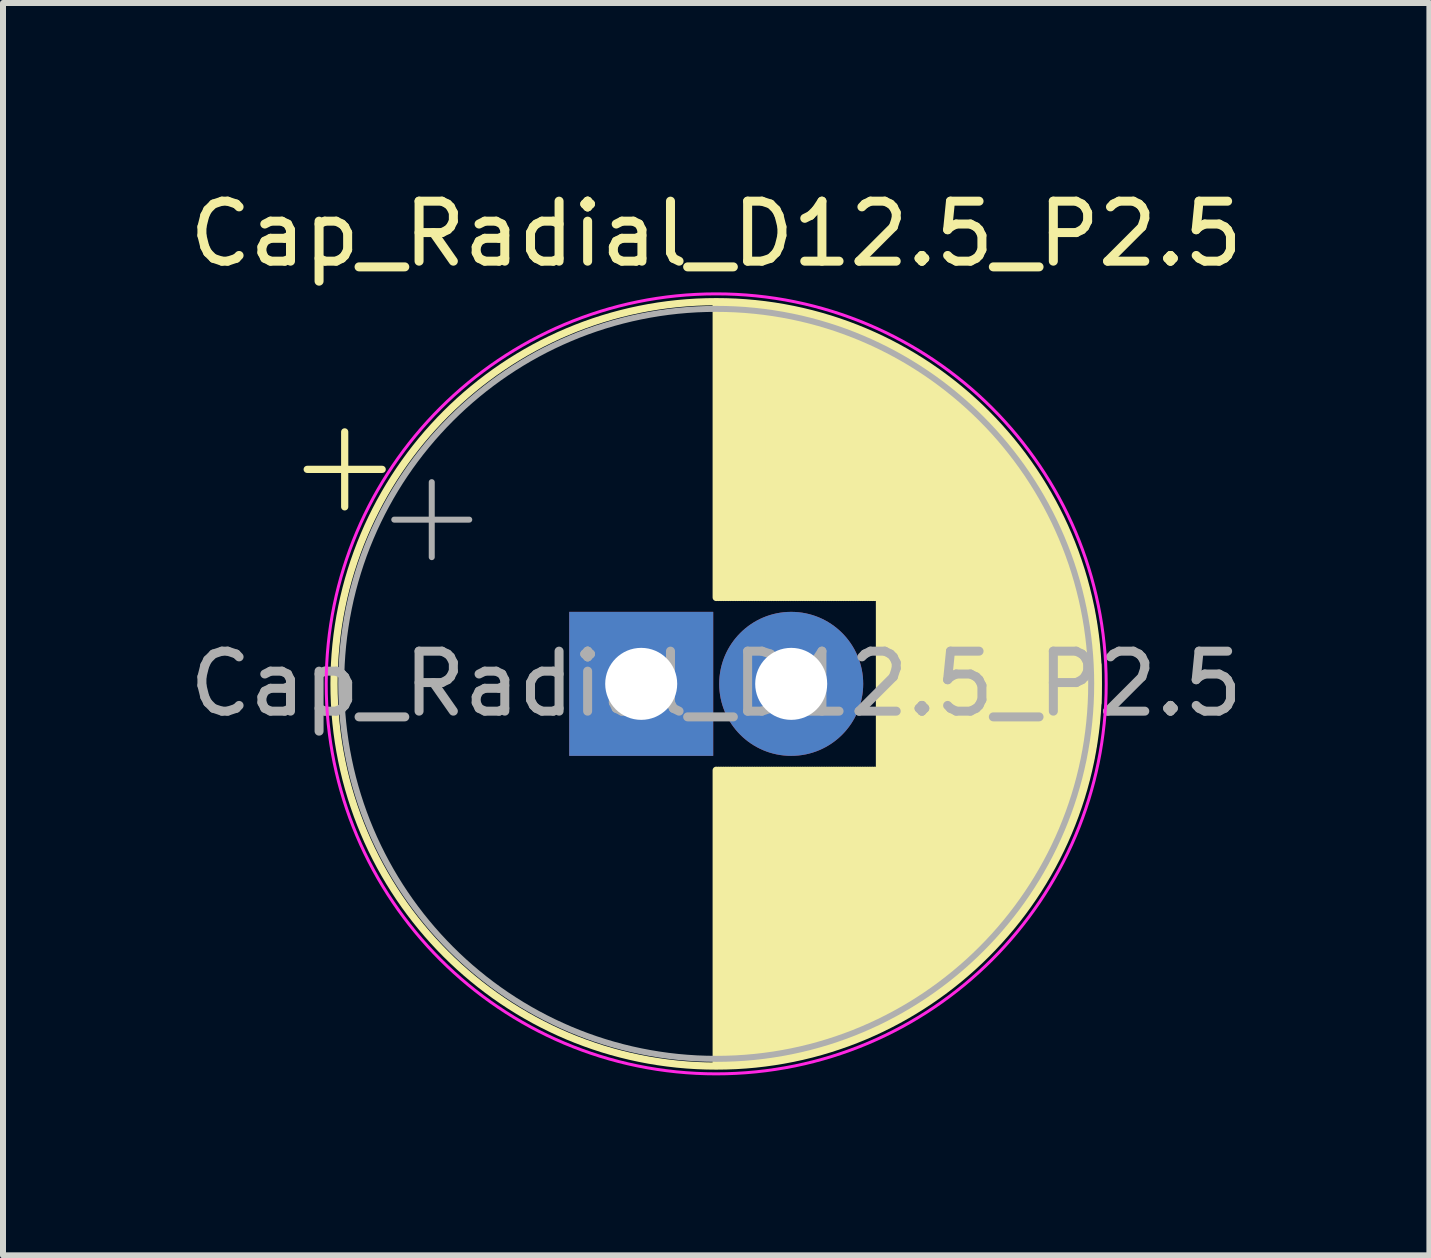
<source format=kicad_pcb>
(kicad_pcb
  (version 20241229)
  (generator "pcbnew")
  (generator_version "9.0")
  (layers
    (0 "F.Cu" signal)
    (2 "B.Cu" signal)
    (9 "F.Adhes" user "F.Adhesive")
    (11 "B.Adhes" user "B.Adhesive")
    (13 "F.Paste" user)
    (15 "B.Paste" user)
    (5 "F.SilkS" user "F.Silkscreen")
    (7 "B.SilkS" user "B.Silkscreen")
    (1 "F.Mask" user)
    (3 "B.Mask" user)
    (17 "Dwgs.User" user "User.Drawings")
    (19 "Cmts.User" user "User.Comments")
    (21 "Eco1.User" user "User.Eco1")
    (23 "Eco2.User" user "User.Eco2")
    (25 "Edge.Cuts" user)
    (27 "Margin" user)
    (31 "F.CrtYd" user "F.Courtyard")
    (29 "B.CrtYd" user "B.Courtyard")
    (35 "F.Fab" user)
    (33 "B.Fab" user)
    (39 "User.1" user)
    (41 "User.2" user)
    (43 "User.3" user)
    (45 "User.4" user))
  (footprint "Cap_Radial_D12.5_P2.5"
    (layer "F.Cu")
    (at 7.637 8.348)
    (property "Reference" "Cap_Radial_D12.5_P2.5" (at 1.25 -7.5 0) (layer "F.SilkS") (effects (font (size 1 1) (thickness 0.15))))
    (attr through_hole)
    (fp_line (start -5.567 -3.575) (end -4.317 -3.575) (stroke (width 0.12) (type solid)) (layer "F.SilkS"))
    (fp_line (start -4.942 -4.2) (end -4.942 -2.95) (stroke (width 0.12) (type solid)) (layer "F.SilkS"))
    (fp_line (start 1.25 -6.33) (end 1.25 -1.44) (stroke (width 0.12) (type solid)) (layer "F.SilkS"))
    (fp_line (start 1.25 1.44) (end 1.25 6.33) (stroke (width 0.12) (type solid)) (layer "F.SilkS"))
    (fp_line (start 1.29 -6.33) (end 1.29 -1.44) (stroke (width 0.12) (type solid)) (layer "F.SilkS"))
    (fp_line (start 1.29 1.44) (end 1.29 6.33) (stroke (width 0.12) (type solid)) (layer "F.SilkS"))
    (fp_line (start 1.33 -6.33) (end 1.33 -1.44) (stroke (width 0.12) (type solid)) (layer "F.SilkS"))
    (fp_line (start 1.33 1.44) (end 1.33 6.33) (stroke (width 0.12) (type solid)) (layer "F.SilkS"))
    (fp_line (start 1.37 -6.329) (end 1.37 -1.44) (stroke (width 0.12) (type solid)) (layer "F.SilkS"))
    (fp_line (start 1.37 1.44) (end 1.37 6.329) (stroke (width 0.12) (type solid)) (layer "F.SilkS"))
    (fp_line (start 1.41 -6.328) (end 1.41 -1.44) (stroke (width 0.12) (type solid)) (layer "F.SilkS"))
    (fp_line (start 1.41 1.44) (end 1.41 6.328) (stroke (width 0.12) (type solid)) (layer "F.SilkS"))
    (fp_line (start 1.45 -6.327) (end 1.45 -1.44) (stroke (width 0.12) (type solid)) (layer "F.SilkS"))
    (fp_line (start 1.45 1.44) (end 1.45 6.327) (stroke (width 0.12) (type solid)) (layer "F.SilkS"))
    (fp_line (start 1.49 -6.326) (end 1.49 -1.44) (stroke (width 0.12) (type solid)) (layer "F.SilkS"))
    (fp_line (start 1.49 1.44) (end 1.49 6.326) (stroke (width 0.12) (type solid)) (layer "F.SilkS"))
    (fp_line (start 1.53 -6.324) (end 1.53 -1.44) (stroke (width 0.12) (type solid)) (layer "F.SilkS"))
    (fp_line (start 1.53 1.44) (end 1.53 6.324) (stroke (width 0.12) (type solid)) (layer "F.SilkS"))
    (fp_line (start 1.57 -6.322) (end 1.57 -1.44) (stroke (width 0.12) (type solid)) (layer "F.SilkS"))
    (fp_line (start 1.57 1.44) (end 1.57 6.322) (stroke (width 0.12) (type solid)) (layer "F.SilkS"))
    (fp_line (start 1.61 -6.32) (end 1.61 -1.44) (stroke (width 0.12) (type solid)) (layer "F.SilkS"))
    (fp_line (start 1.61 1.44) (end 1.61 6.32) (stroke (width 0.12) (type solid)) (layer "F.SilkS"))
    (fp_line (start 1.65 -6.318) (end 1.65 -1.44) (stroke (width 0.12) (type solid)) (layer "F.SilkS"))
    (fp_line (start 1.65 1.44) (end 1.65 6.318) (stroke (width 0.12) (type solid)) (layer "F.SilkS"))
    (fp_line (start 1.69 -6.315) (end 1.69 -1.44) (stroke (width 0.12) (type solid)) (layer "F.SilkS"))
    (fp_line (start 1.69 1.44) (end 1.69 6.315) (stroke (width 0.12) (type solid)) (layer "F.SilkS"))
    (fp_line (start 1.73 -6.312) (end 1.73 -1.44) (stroke (width 0.12) (type solid)) (layer "F.SilkS"))
    (fp_line (start 1.73 1.44) (end 1.73 6.312) (stroke (width 0.12) (type solid)) (layer "F.SilkS"))
    (fp_line (start 1.77 -6.309) (end 1.77 -1.44) (stroke (width 0.12) (type solid)) (layer "F.SilkS"))
    (fp_line (start 1.77 1.44) (end 1.77 6.309) (stroke (width 0.12) (type solid)) (layer "F.SilkS"))
    (fp_line (start 1.81 -6.306) (end 1.81 -1.44) (stroke (width 0.12) (type solid)) (layer "F.SilkS"))
    (fp_line (start 1.81 1.44) (end 1.81 6.306) (stroke (width 0.12) (type solid)) (layer "F.SilkS"))
    (fp_line (start 1.85 -6.302) (end 1.85 -1.44) (stroke (width 0.12) (type solid)) (layer "F.SilkS"))
    (fp_line (start 1.85 1.44) (end 1.85 6.302) (stroke (width 0.12) (type solid)) (layer "F.SilkS"))
    (fp_line (start 1.89 -6.298) (end 1.89 -1.44) (stroke (width 0.12) (type solid)) (layer "F.SilkS"))
    (fp_line (start 1.89 1.44) (end 1.89 6.298) (stroke (width 0.12) (type solid)) (layer "F.SilkS"))
    (fp_line (start 1.93 -6.294) (end 1.93 -1.44) (stroke (width 0.12) (type solid)) (layer "F.SilkS"))
    (fp_line (start 1.93 1.44) (end 1.93 6.294) (stroke (width 0.12) (type solid)) (layer "F.SilkS"))
    (fp_line (start 1.971 -6.29) (end 1.971 -1.44) (stroke (width 0.12) (type solid)) (layer "F.SilkS"))
    (fp_line (start 1.971 1.44) (end 1.971 6.29) (stroke (width 0.12) (type solid)) (layer "F.SilkS"))
    (fp_line (start 2.011 -6.285) (end 2.011 -1.44) (stroke (width 0.12) (type solid)) (layer "F.SilkS"))
    (fp_line (start 2.011 1.44) (end 2.011 6.285) (stroke (width 0.12) (type solid)) (layer "F.SilkS"))
    (fp_line (start 2.051 -6.28) (end 2.051 -1.44) (stroke (width 0.12) (type solid)) (layer "F.SilkS"))
    (fp_line (start 2.051 1.44) (end 2.051 6.28) (stroke (width 0.12) (type solid)) (layer "F.SilkS"))
    (fp_line (start 2.091 -6.275) (end 2.091 -1.44) (stroke (width 0.12) (type solid)) (layer "F.SilkS"))
    (fp_line (start 2.091 1.44) (end 2.091 6.275) (stroke (width 0.12) (type solid)) (layer "F.SilkS"))
    (fp_line (start 2.131 -6.269) (end 2.131 -1.44) (stroke (width 0.12) (type solid)) (layer "F.SilkS"))
    (fp_line (start 2.131 1.44) (end 2.131 6.269) (stroke (width 0.12) (type solid)) (layer "F.SilkS"))
    (fp_line (start 2.171 -6.264) (end 2.171 -1.44) (stroke (width 0.12) (type solid)) (layer "F.SilkS"))
    (fp_line (start 2.171 1.44) (end 2.171 6.264) (stroke (width 0.12) (type solid)) (layer "F.SilkS"))
    (fp_line (start 2.211 -6.258) (end 2.211 -1.44) (stroke (width 0.12) (type solid)) (layer "F.SilkS"))
    (fp_line (start 2.211 1.44) (end 2.211 6.258) (stroke (width 0.12) (type solid)) (layer "F.SilkS"))
    (fp_line (start 2.251 -6.252) (end 2.251 -1.44) (stroke (width 0.12) (type solid)) (layer "F.SilkS"))
    (fp_line (start 2.251 1.44) (end 2.251 6.252) (stroke (width 0.12) (type solid)) (layer "F.SilkS"))
    (fp_line (start 2.291 -6.245) (end 2.291 -1.44) (stroke (width 0.12) (type solid)) (layer "F.SilkS"))
    (fp_line (start 2.291 1.44) (end 2.291 6.245) (stroke (width 0.12) (type solid)) (layer "F.SilkS"))
    (fp_line (start 2.331 -6.238) (end 2.331 -1.44) (stroke (width 0.12) (type solid)) (layer "F.SilkS"))
    (fp_line (start 2.331 1.44) (end 2.331 6.238) (stroke (width 0.12) (type solid)) (layer "F.SilkS"))
    (fp_line (start 2.371 -6.231) (end 2.371 -1.44) (stroke (width 0.12) (type solid)) (layer "F.SilkS"))
    (fp_line (start 2.371 1.44) (end 2.371 6.231) (stroke (width 0.12) (type solid)) (layer "F.SilkS"))
    (fp_line (start 2.411 -6.224) (end 2.411 -1.44) (stroke (width 0.12) (type solid)) (layer "F.SilkS"))
    (fp_line (start 2.411 1.44) (end 2.411 6.224) (stroke (width 0.12) (type solid)) (layer "F.SilkS"))
    (fp_line (start 2.451 -6.216) (end 2.451 -1.44) (stroke (width 0.12) (type solid)) (layer "F.SilkS"))
    (fp_line (start 2.451 1.44) (end 2.451 6.216) (stroke (width 0.12) (type solid)) (layer "F.SilkS"))
    (fp_line (start 2.491 -6.209) (end 2.491 -1.44) (stroke (width 0.12) (type solid)) (layer "F.SilkS"))
    (fp_line (start 2.491 1.44) (end 2.491 6.209) (stroke (width 0.12) (type solid)) (layer "F.SilkS"))
    (fp_line (start 2.531 -6.201) (end 2.531 -1.44) (stroke (width 0.12) (type solid)) (layer "F.SilkS"))
    (fp_line (start 2.531 1.44) (end 2.531 6.201) (stroke (width 0.12) (type solid)) (layer "F.SilkS"))
    (fp_line (start 2.571 -6.192) (end 2.571 -1.44) (stroke (width 0.12) (type solid)) (layer "F.SilkS"))
    (fp_line (start 2.571 1.44) (end 2.571 6.192) (stroke (width 0.12) (type solid)) (layer "F.SilkS"))
    (fp_line (start 2.611 -6.184) (end 2.611 -1.44) (stroke (width 0.12) (type solid)) (layer "F.SilkS"))
    (fp_line (start 2.611 1.44) (end 2.611 6.184) (stroke (width 0.12) (type solid)) (layer "F.SilkS"))
    (fp_line (start 2.651 -6.175) (end 2.651 -1.44) (stroke (width 0.12) (type solid)) (layer "F.SilkS"))
    (fp_line (start 2.651 1.44) (end 2.651 6.175) (stroke (width 0.12) (type solid)) (layer "F.SilkS"))
    (fp_line (start 2.691 -6.166) (end 2.691 -1.44) (stroke (width 0.12) (type solid)) (layer "F.SilkS"))
    (fp_line (start 2.691 1.44) (end 2.691 6.166) (stroke (width 0.12) (type solid)) (layer "F.SilkS"))
    (fp_line (start 2.731 -6.156) (end 2.731 -1.44) (stroke (width 0.12) (type solid)) (layer "F.SilkS"))
    (fp_line (start 2.731 1.44) (end 2.731 6.156) (stroke (width 0.12) (type solid)) (layer "F.SilkS"))
    (fp_line (start 2.771 -6.146) (end 2.771 -1.44) (stroke (width 0.12) (type solid)) (layer "F.SilkS"))
    (fp_line (start 2.771 1.44) (end 2.771 6.146) (stroke (width 0.12) (type solid)) (layer "F.SilkS"))
    (fp_line (start 2.811 -6.137) (end 2.811 -1.44) (stroke (width 0.12) (type solid)) (layer "F.SilkS"))
    (fp_line (start 2.811 1.44) (end 2.811 6.137) (stroke (width 0.12) (type solid)) (layer "F.SilkS"))
    (fp_line (start 2.851 -6.126) (end 2.851 -1.44) (stroke (width 0.12) (type solid)) (layer "F.SilkS"))
    (fp_line (start 2.851 1.44) (end 2.851 6.126) (stroke (width 0.12) (type solid)) (layer "F.SilkS"))
    (fp_line (start 2.891 -6.116) (end 2.891 -1.44) (stroke (width 0.12) (type solid)) (layer "F.SilkS"))
    (fp_line (start 2.891 1.44) (end 2.891 6.116) (stroke (width 0.12) (type solid)) (layer "F.SilkS"))
    (fp_line (start 2.931 -6.105) (end 2.931 -1.44) (stroke (width 0.12) (type solid)) (layer "F.SilkS"))
    (fp_line (start 2.931 1.44) (end 2.931 6.105) (stroke (width 0.12) (type solid)) (layer "F.SilkS"))
    (fp_line (start 2.971 -6.094) (end 2.971 -1.44) (stroke (width 0.12) (type solid)) (layer "F.SilkS"))
    (fp_line (start 2.971 1.44) (end 2.971 6.094) (stroke (width 0.12) (type solid)) (layer "F.SilkS"))
    (fp_line (start 3.011 -6.083) (end 3.011 -1.44) (stroke (width 0.12) (type solid)) (layer "F.SilkS"))
    (fp_line (start 3.011 1.44) (end 3.011 6.083) (stroke (width 0.12) (type solid)) (layer "F.SilkS"))
    (fp_line (start 3.051 -6.071) (end 3.051 -1.44) (stroke (width 0.12) (type solid)) (layer "F.SilkS"))
    (fp_line (start 3.051 1.44) (end 3.051 6.071) (stroke (width 0.12) (type solid)) (layer "F.SilkS"))
    (fp_line (start 3.091 -6.059) (end 3.091 -1.44) (stroke (width 0.12) (type solid)) (layer "F.SilkS"))
    (fp_line (start 3.091 1.44) (end 3.091 6.059) (stroke (width 0.12) (type solid)) (layer "F.SilkS"))
    (fp_line (start 3.131 -6.047) (end 3.131 -1.44) (stroke (width 0.12) (type solid)) (layer "F.SilkS"))
    (fp_line (start 3.131 1.44) (end 3.131 6.047) (stroke (width 0.12) (type solid)) (layer "F.SilkS"))
    (fp_line (start 3.171 -6.034) (end 3.171 -1.44) (stroke (width 0.12) (type solid)) (layer "F.SilkS"))
    (fp_line (start 3.171 1.44) (end 3.171 6.034) (stroke (width 0.12) (type solid)) (layer "F.SilkS"))
    (fp_line (start 3.211 -6.021) (end 3.211 -1.44) (stroke (width 0.12) (type solid)) (layer "F.SilkS"))
    (fp_line (start 3.211 1.44) (end 3.211 6.021) (stroke (width 0.12) (type solid)) (layer "F.SilkS"))
    (fp_line (start 3.251 -6.008) (end 3.251 -1.44) (stroke (width 0.12) (type solid)) (layer "F.SilkS"))
    (fp_line (start 3.251 1.44) (end 3.251 6.008) (stroke (width 0.12) (type solid)) (layer "F.SilkS"))
    (fp_line (start 3.291 -5.995) (end 3.291 -1.44) (stroke (width 0.12) (type solid)) (layer "F.SilkS"))
    (fp_line (start 3.291 1.44) (end 3.291 5.995) (stroke (width 0.12) (type solid)) (layer "F.SilkS"))
    (fp_line (start 3.331 -5.981) (end 3.331 -1.44) (stroke (width 0.12) (type solid)) (layer "F.SilkS"))
    (fp_line (start 3.331 1.44) (end 3.331 5.981) (stroke (width 0.12) (type solid)) (layer "F.SilkS"))
    (fp_line (start 3.371 -5.967) (end 3.371 -1.44) (stroke (width 0.12) (type solid)) (layer "F.SilkS"))
    (fp_line (start 3.371 1.44) (end 3.371 5.967) (stroke (width 0.12) (type solid)) (layer "F.SilkS"))
    (fp_line (start 3.411 -5.953) (end 3.411 -1.44) (stroke (width 0.12) (type solid)) (layer "F.SilkS"))
    (fp_line (start 3.411 1.44) (end 3.411 5.953) (stroke (width 0.12) (type solid)) (layer "F.SilkS"))
    (fp_line (start 3.451 -5.939) (end 3.451 -1.44) (stroke (width 0.12) (type solid)) (layer "F.SilkS"))
    (fp_line (start 3.451 1.44) (end 3.451 5.939) (stroke (width 0.12) (type solid)) (layer "F.SilkS"))
    (fp_line (start 3.491 -5.924) (end 3.491 -1.44) (stroke (width 0.12) (type solid)) (layer "F.SilkS"))
    (fp_line (start 3.491 1.44) (end 3.491 5.924) (stroke (width 0.12) (type solid)) (layer "F.SilkS"))
    (fp_line (start 3.531 -5.908) (end 3.531 -1.44) (stroke (width 0.12) (type solid)) (layer "F.SilkS"))
    (fp_line (start 3.531 1.44) (end 3.531 5.908) (stroke (width 0.12) (type solid)) (layer "F.SilkS"))
    (fp_line (start 3.571 -5.893) (end 3.571 -1.44) (stroke (width 0.12) (type solid)) (layer "F.SilkS"))
    (fp_line (start 3.571 1.44) (end 3.571 5.893) (stroke (width 0.12) (type solid)) (layer "F.SilkS"))
    (fp_line (start 3.611 -5.877) (end 3.611 -1.44) (stroke (width 0.12) (type solid)) (layer "F.SilkS"))
    (fp_line (start 3.611 1.44) (end 3.611 5.877) (stroke (width 0.12) (type solid)) (layer "F.SilkS"))
    (fp_line (start 3.651 -5.861) (end 3.651 -1.44) (stroke (width 0.12) (type solid)) (layer "F.SilkS"))
    (fp_line (start 3.651 1.44) (end 3.651 5.861) (stroke (width 0.12) (type solid)) (layer "F.SilkS"))
    (fp_line (start 3.691 -5.845) (end 3.691 -1.44) (stroke (width 0.12) (type solid)) (layer "F.SilkS"))
    (fp_line (start 3.691 1.44) (end 3.691 5.845) (stroke (width 0.12) (type solid)) (layer "F.SilkS"))
    (fp_line (start 3.731 -5.828) (end 3.731 -1.44) (stroke (width 0.12) (type solid)) (layer "F.SilkS"))
    (fp_line (start 3.731 1.44) (end 3.731 5.828) (stroke (width 0.12) (type solid)) (layer "F.SilkS"))
    (fp_line (start 3.771 -5.811) (end 3.771 -1.44) (stroke (width 0.12) (type solid)) (layer "F.SilkS"))
    (fp_line (start 3.771 1.44) (end 3.771 5.811) (stroke (width 0.12) (type solid)) (layer "F.SilkS"))
    (fp_line (start 3.811 -5.793) (end 3.811 -1.44) (stroke (width 0.12) (type solid)) (layer "F.SilkS"))
    (fp_line (start 3.811 1.44) (end 3.811 5.793) (stroke (width 0.12) (type solid)) (layer "F.SilkS"))
    (fp_line (start 3.851 -5.776) (end 3.851 -1.44) (stroke (width 0.12) (type solid)) (layer "F.SilkS"))
    (fp_line (start 3.851 1.44) (end 3.851 5.776) (stroke (width 0.12) (type solid)) (layer "F.SilkS"))
    (fp_line (start 3.891 -5.758) (end 3.891 -1.44) (stroke (width 0.12) (type solid)) (layer "F.SilkS"))
    (fp_line (start 3.891 1.44) (end 3.891 5.758) (stroke (width 0.12) (type solid)) (layer "F.SilkS"))
    (fp_line (start 3.931 -5.739) (end 3.931 -1.44) (stroke (width 0.12) (type solid)) (layer "F.SilkS"))
    (fp_line (start 3.931 1.44) (end 3.931 5.739) (stroke (width 0.12) (type solid)) (layer "F.SilkS"))
    (fp_line (start 3.971 -5.721) (end 3.971 5.721) (stroke (width 0.12) (type solid)) (layer "F.SilkS"))
    (fp_line (start 4.011 -5.702) (end 4.011 5.702) (stroke (width 0.12) (type solid)) (layer "F.SilkS"))
    (fp_line (start 4.051 -5.682) (end 4.051 5.682) (stroke (width 0.12) (type solid)) (layer "F.SilkS"))
    (fp_line (start 4.091 -5.662) (end 4.091 5.662) (stroke (width 0.12) (type solid)) (layer "F.SilkS"))
    (fp_line (start 4.131 -5.642) (end 4.131 5.642) (stroke (width 0.12) (type solid)) (layer "F.SilkS"))
    (fp_line (start 4.171 -5.622) (end 4.171 5.622) (stroke (width 0.12) (type solid)) (layer "F.SilkS"))
    (fp_line (start 4.211 -5.601) (end 4.211 5.601) (stroke (width 0.12) (type solid)) (layer "F.SilkS"))
    (fp_line (start 4.251 -5.58) (end 4.251 5.58) (stroke (width 0.12) (type solid)) (layer "F.SilkS"))
    (fp_line (start 4.291 -5.558) (end 4.291 5.558) (stroke (width 0.12) (type solid)) (layer "F.SilkS"))
    (fp_line (start 4.331 -5.536) (end 4.331 5.536) (stroke (width 0.12) (type solid)) (layer "F.SilkS"))
    (fp_line (start 4.371 -5.514) (end 4.371 5.514) (stroke (width 0.12) (type solid)) (layer "F.SilkS"))
    (fp_line (start 4.411 -5.491) (end 4.411 5.491) (stroke (width 0.12) (type solid)) (layer "F.SilkS"))
    (fp_line (start 4.451 -5.468) (end 4.451 5.468) (stroke (width 0.12) (type solid)) (layer "F.SilkS"))
    (fp_line (start 4.491 -5.445) (end 4.491 5.445) (stroke (width 0.12) (type solid)) (layer "F.SilkS"))
    (fp_line (start 4.531 -5.421) (end 4.531 5.421) (stroke (width 0.12) (type solid)) (layer "F.SilkS"))
    (fp_line (start 4.571 -5.397) (end 4.571 5.397) (stroke (width 0.12) (type solid)) (layer "F.SilkS"))
    (fp_line (start 4.611 -5.372) (end 4.611 5.372) (stroke (width 0.12) (type solid)) (layer "F.SilkS"))
    (fp_line (start 4.651 -5.347) (end 4.651 5.347) (stroke (width 0.12) (type solid)) (layer "F.SilkS"))
    (fp_line (start 4.691 -5.322) (end 4.691 5.322) (stroke (width 0.12) (type solid)) (layer "F.SilkS"))
    (fp_line (start 4.731 -5.296) (end 4.731 5.296) (stroke (width 0.12) (type solid)) (layer "F.SilkS"))
    (fp_line (start 4.771 -5.27) (end 4.771 5.27) (stroke (width 0.12) (type solid)) (layer "F.SilkS"))
    (fp_line (start 4.811 -5.243) (end 4.811 5.243) (stroke (width 0.12) (type solid)) (layer "F.SilkS"))
    (fp_line (start 4.851 -5.216) (end 4.851 5.216) (stroke (width 0.12) (type solid)) (layer "F.SilkS"))
    (fp_line (start 4.891 -5.188) (end 4.891 5.188) (stroke (width 0.12) (type solid)) (layer "F.SilkS"))
    (fp_line (start 4.931 -5.16) (end 4.931 5.16) (stroke (width 0.12) (type solid)) (layer "F.SilkS"))
    (fp_line (start 4.971 -5.131) (end 4.971 5.131) (stroke (width 0.12) (type solid)) (layer "F.SilkS"))
    (fp_line (start 5.011 -5.102) (end 5.011 5.102) (stroke (width 0.12) (type solid)) (layer "F.SilkS"))
    (fp_line (start 5.051 -5.073) (end 5.051 5.073) (stroke (width 0.12) (type solid)) (layer "F.SilkS"))
    (fp_line (start 5.091 -5.043) (end 5.091 5.043) (stroke (width 0.12) (type solid)) (layer "F.SilkS"))
    (fp_line (start 5.131 -5.012) (end 5.131 5.012) (stroke (width 0.12) (type solid)) (layer "F.SilkS"))
    (fp_line (start 5.171 -4.982) (end 5.171 4.982) (stroke (width 0.12) (type solid)) (layer "F.SilkS"))
    (fp_line (start 5.211 -4.95) (end 5.211 4.95) (stroke (width 0.12) (type solid)) (layer "F.SilkS"))
    (fp_line (start 5.251 -4.918) (end 5.251 4.918) (stroke (width 0.12) (type solid)) (layer "F.SilkS"))
    (fp_line (start 5.291 -4.885) (end 5.291 4.885) (stroke (width 0.12) (type solid)) (layer "F.SilkS"))
    (fp_line (start 5.331 -4.852) (end 5.331 4.852) (stroke (width 0.12) (type solid)) (layer "F.SilkS"))
    (fp_line (start 5.371 -4.819) (end 5.371 4.819) (stroke (width 0.12) (type solid)) (layer "F.SilkS"))
    (fp_line (start 5.411 -4.785) (end 5.411 4.785) (stroke (width 0.12) (type solid)) (layer "F.SilkS"))
    (fp_line (start 5.451 -4.75) (end 5.451 4.75) (stroke (width 0.12) (type solid)) (layer "F.SilkS"))
    (fp_line (start 5.491 -4.714) (end 5.491 4.714) (stroke (width 0.12) (type solid)) (layer "F.SilkS"))
    (fp_line (start 5.531 -4.678) (end 5.531 4.678) (stroke (width 0.12) (type solid)) (layer "F.SilkS"))
    (fp_line (start 5.571 -4.642) (end 5.571 4.642) (stroke (width 0.12) (type solid)) (layer "F.SilkS"))
    (fp_line (start 5.611 -4.605) (end 5.611 4.605) (stroke (width 0.12) (type solid)) (layer "F.SilkS"))
    (fp_line (start 5.651 -4.567) (end 5.651 4.567) (stroke (width 0.12) (type solid)) (layer "F.SilkS"))
    (fp_line (start 5.691 -4.528) (end 5.691 4.528) (stroke (width 0.12) (type solid)) (layer "F.SilkS"))
    (fp_line (start 5.731 -4.489) (end 5.731 4.489) (stroke (width 0.12) (type solid)) (layer "F.SilkS"))
    (fp_line (start 5.771 -4.449) (end 5.771 4.449) (stroke (width 0.12) (type solid)) (layer "F.SilkS"))
    (fp_line (start 5.811 -4.408) (end 5.811 4.408) (stroke (width 0.12) (type solid)) (layer "F.SilkS"))
    (fp_line (start 5.851 -4.367) (end 5.851 4.367) (stroke (width 0.12) (type solid)) (layer "F.SilkS"))
    (fp_line (start 5.891 -4.325) (end 5.891 4.325) (stroke (width 0.12) (type solid)) (layer "F.SilkS"))
    (fp_line (start 5.931 -4.282) (end 5.931 4.282) (stroke (width 0.12) (type solid)) (layer "F.SilkS"))
    (fp_line (start 5.971 -4.238) (end 5.971 4.238) (stroke (width 0.12) (type solid)) (layer "F.SilkS"))
    (fp_line (start 6.011 -4.194) (end 6.011 4.194) (stroke (width 0.12) (type solid)) (layer "F.SilkS"))
    (fp_line (start 6.051 -4.148) (end 6.051 4.148) (stroke (width 0.12) (type solid)) (layer "F.SilkS"))
    (fp_line (start 6.091 -4.102) (end 6.091 4.102) (stroke (width 0.12) (type solid)) (layer "F.SilkS"))
    (fp_line (start 6.131 -4.055) (end 6.131 4.055) (stroke (width 0.12) (type solid)) (layer "F.SilkS"))
    (fp_line (start 6.171 -4.007) (end 6.171 4.007) (stroke (width 0.12) (type solid)) (layer "F.SilkS"))
    (fp_line (start 6.211 -3.957) (end 6.211 3.957) (stroke (width 0.12) (type solid)) (layer "F.SilkS"))
    (fp_line (start 6.251 -3.907) (end 6.251 3.907) (stroke (width 0.12) (type solid)) (layer "F.SilkS"))
    (fp_line (start 6.291 -3.856) (end 6.291 3.856) (stroke (width 0.12) (type solid)) (layer "F.SilkS"))
    (fp_line (start 6.331 -3.804) (end 6.331 3.804) (stroke (width 0.12) (type solid)) (layer "F.SilkS"))
    (fp_line (start 6.371 -3.75) (end 6.371 3.75) (stroke (width 0.12) (type solid)) (layer "F.SilkS"))
    (fp_line (start 6.411 -3.696) (end 6.411 3.696) (stroke (width 0.12) (type solid)) (layer "F.SilkS"))
    (fp_line (start 6.451 -3.64) (end 6.451 3.64) (stroke (width 0.12) (type solid)) (layer "F.SilkS"))
    (fp_line (start 6.491 -3.583) (end 6.491 3.583) (stroke (width 0.12) (type solid)) (layer "F.SilkS"))
    (fp_line (start 6.531 -3.524) (end 6.531 3.524) (stroke (width 0.12) (type solid)) (layer "F.SilkS"))
    (fp_line (start 6.571 -3.464) (end 6.571 3.464) (stroke (width 0.12) (type solid)) (layer "F.SilkS"))
    (fp_line (start 6.611 -3.402) (end 6.611 3.402) (stroke (width 0.12) (type solid)) (layer "F.SilkS"))
    (fp_line (start 6.651 -3.339) (end 6.651 3.339) (stroke (width 0.12) (type solid)) (layer "F.SilkS"))
    (fp_line (start 6.691 -3.275) (end 6.691 3.275) (stroke (width 0.12) (type solid)) (layer "F.SilkS"))
    (fp_line (start 6.731 -3.208) (end 6.731 3.208) (stroke (width 0.12) (type solid)) (layer "F.SilkS"))
    (fp_line (start 6.771 -3.14) (end 6.771 3.14) (stroke (width 0.12) (type solid)) (layer "F.SilkS"))
    (fp_line (start 6.811 -3.069) (end 6.811 3.069) (stroke (width 0.12) (type solid)) (layer "F.SilkS"))
    (fp_line (start 6.851 -2.996) (end 6.851 2.996) (stroke (width 0.12) (type solid)) (layer "F.SilkS"))
    (fp_line (start 6.891 -2.921) (end 6.891 2.921) (stroke (width 0.12) (type solid)) (layer "F.SilkS"))
    (fp_line (start 6.931 -2.844) (end 6.931 2.844) (stroke (width 0.12) (type solid)) (layer "F.SilkS"))
    (fp_line (start 6.971 -2.764) (end 6.971 2.764) (stroke (width 0.12) (type solid)) (layer "F.SilkS"))
    (fp_line (start 7.011 -2.681) (end 7.011 2.681) (stroke (width 0.12) (type solid)) (layer "F.SilkS"))
    (fp_line (start 7.051 -2.594) (end 7.051 2.594) (stroke (width 0.12) (type solid)) (layer "F.SilkS"))
    (fp_line (start 7.091 -2.504) (end 7.091 2.504) (stroke (width 0.12) (type solid)) (layer "F.SilkS"))
    (fp_line (start 7.131 -2.41) (end 7.131 2.41) (stroke (width 0.12) (type solid)) (layer "F.SilkS"))
    (fp_line (start 7.171 -2.312) (end 7.171 2.312) (stroke (width 0.12) (type solid)) (layer "F.SilkS"))
    (fp_line (start 7.211 -2.209) (end 7.211 2.209) (stroke (width 0.12) (type solid)) (layer "F.SilkS"))
    (fp_line (start 7.251 -2.1) (end 7.251 2.1) (stroke (width 0.12) (type solid)) (layer "F.SilkS"))
    (fp_line (start 7.291 -1.984) (end 7.291 1.984) (stroke (width 0.12) (type solid)) (layer "F.SilkS"))
    (fp_line (start 7.331 -1.861) (end 7.331 1.861) (stroke (width 0.12) (type solid)) (layer "F.SilkS"))
    (fp_line (start 7.371 -1.728) (end 7.371 1.728) (stroke (width 0.12) (type solid)) (layer "F.SilkS"))
    (fp_line (start 7.411 -1.583) (end 7.411 1.583) (stroke (width 0.12) (type solid)) (layer "F.SilkS"))
    (fp_line (start 7.451 -1.422) (end 7.451 1.422) (stroke (width 0.12) (type solid)) (layer "F.SilkS"))
    (fp_line (start 7.491 -1.241) (end 7.491 1.241) (stroke (width 0.12) (type solid)) (layer "F.SilkS"))
    (fp_line (start 7.531 -1.028) (end 7.531 1.028) (stroke (width 0.12) (type solid)) (layer "F.SilkS"))
    (fp_line (start 7.571 -0.757) (end 7.571 0.757) (stroke (width 0.12) (type solid)) (layer "F.SilkS"))
    (fp_line (start 7.611 -0.317) (end 7.611 0.317) (stroke (width 0.12) (type solid)) (layer "F.SilkS"))
    (fp_circle (center 1.25 0) (end 7.62 0) (stroke (width 0.12) (type solid)) (fill no) (layer "F.SilkS"))
    (fp_circle (center 1.25 0) (end 7.75 0) (stroke (width 0.05) (type solid)) (fill no) (layer "F.CrtYd"))
    (fp_line (start -4.116 -2.737) (end -2.866 -2.737) (stroke (width 0.1) (type solid)) (layer "F.Fab"))
    (fp_line (start -3.491 -3.362) (end -3.491 -2.112) (stroke (width 0.1) (type solid)) (layer "F.Fab"))
    (fp_circle (center 1.25 0) (end 7.5 0) (stroke (width 0.1) (type solid)) (fill no) (layer "F.Fab"))
    (fp_text user "${REFERENCE}" (at 1.25 0 0) (layer "F.Fab") (effects (font (size 1 1) (thickness 0.15))))
    (pad "1" thru_hole rect (at 0 0) (size 2.4 2.4) (drill 1.2) (layers "*.Cu" "*.Mask"))
    (pad "2" thru_hole circle (at 2.5 0) (size 2.4 2.4) (drill 1.2) (layers "*.Cu" "*.Mask")))
  (gr_rect
    (start -3 -3)
    (end 20.774 17.873)
    (stroke (width 0.1) (type default))
    (fill no)
    (layer "Edge.Cuts")))
</source>
